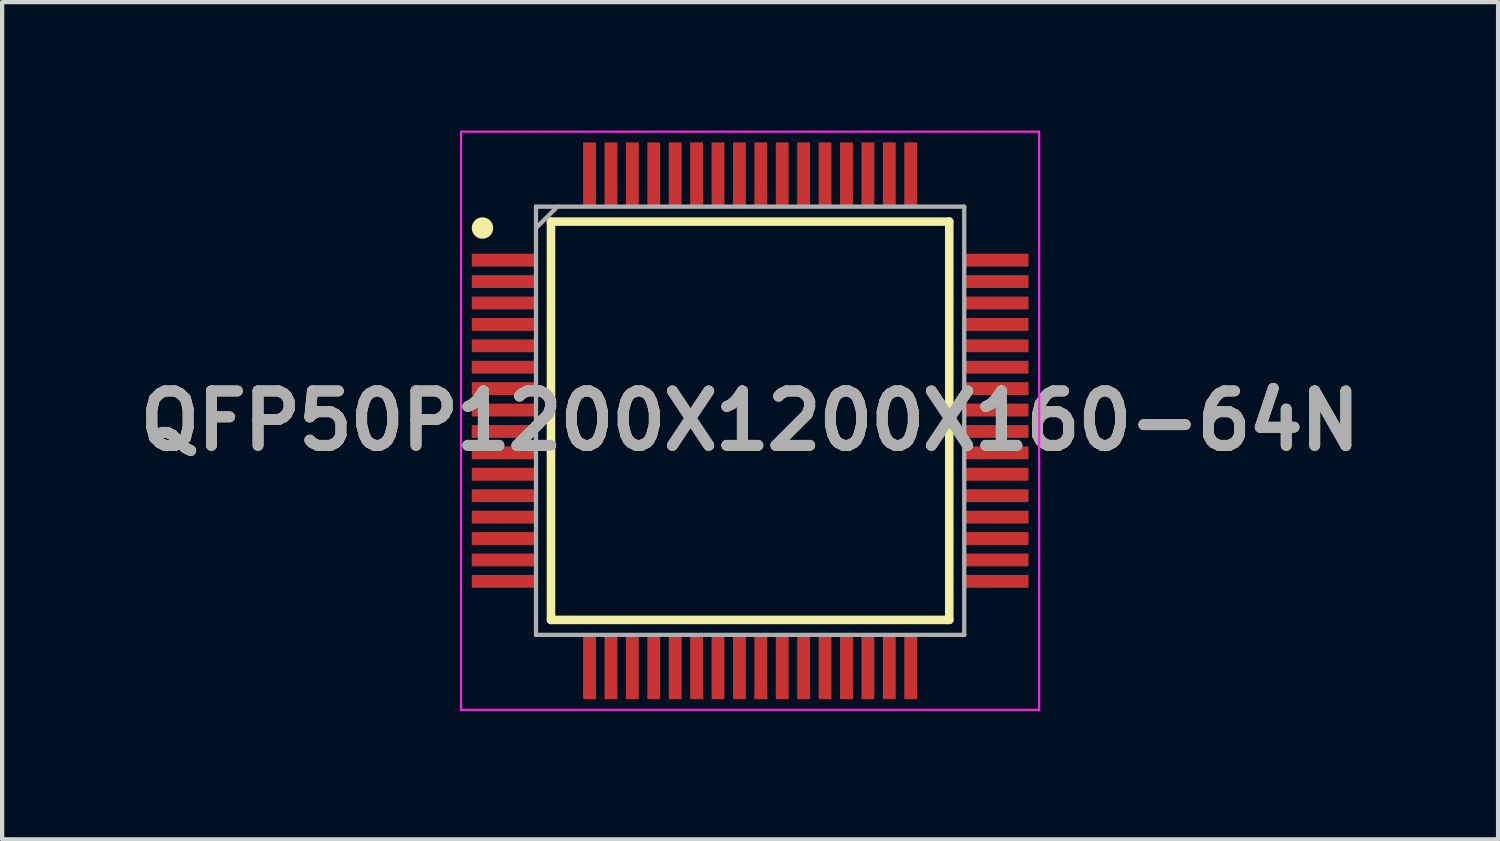
<source format=kicad_pcb>
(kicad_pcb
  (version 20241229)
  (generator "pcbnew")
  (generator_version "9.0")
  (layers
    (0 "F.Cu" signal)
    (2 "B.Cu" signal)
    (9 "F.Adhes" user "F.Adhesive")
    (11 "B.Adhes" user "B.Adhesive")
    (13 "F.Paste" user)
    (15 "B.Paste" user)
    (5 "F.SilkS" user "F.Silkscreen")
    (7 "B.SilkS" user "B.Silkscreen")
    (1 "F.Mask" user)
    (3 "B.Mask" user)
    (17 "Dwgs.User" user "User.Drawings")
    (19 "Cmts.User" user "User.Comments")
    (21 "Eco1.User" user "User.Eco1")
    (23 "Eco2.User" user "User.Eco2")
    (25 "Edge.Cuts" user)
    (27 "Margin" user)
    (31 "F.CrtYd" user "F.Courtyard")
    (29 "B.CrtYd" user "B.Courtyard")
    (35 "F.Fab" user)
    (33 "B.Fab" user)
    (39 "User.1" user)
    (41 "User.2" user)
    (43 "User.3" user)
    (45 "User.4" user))
  (footprint "QFP50P1200X1200X160-64N"
    (layer "F.Cu")
    (at 14.466 6.775)
    (property "Reference" "QFP50P1200X1200X160-64N" (at 0 0 0) (layer "F.SilkS") (effects (font (size 1.27 1.27) (thickness 0.254))))
    (attr smd)
    (fp_line (start -4.65 -4.65) (end 4.65 -4.65) (stroke (width 0.2) (type solid)) (layer "F.SilkS"))
    (fp_line (start -4.65 4.65) (end -4.65 -4.65) (stroke (width 0.2) (type solid)) (layer "F.SilkS"))
    (fp_line (start 4.65 -4.65) (end 4.65 4.65) (stroke (width 0.2) (type solid)) (layer "F.SilkS"))
    (fp_line (start 4.65 4.65) (end -4.65 4.65) (stroke (width 0.2) (type solid)) (layer "F.SilkS"))
    (fp_circle (center -6.25 -4.5) (end -6.25 -4.375) (stroke (width 0.25) (type solid)) (fill no) (layer "F.SilkS"))
    (fp_line (start -6.75 -6.75) (end 6.75 -6.75) (stroke (width 0.05) (type solid)) (layer "F.CrtYd"))
    (fp_line (start -6.75 6.75) (end -6.75 -6.75) (stroke (width 0.05) (type solid)) (layer "F.CrtYd"))
    (fp_line (start 6.75 -6.75) (end 6.75 6.75) (stroke (width 0.05) (type solid)) (layer "F.CrtYd"))
    (fp_line (start 6.75 6.75) (end -6.75 6.75) (stroke (width 0.05) (type solid)) (layer "F.CrtYd"))
    (fp_line (start -5 -5) (end 5 -5) (stroke (width 0.1) (type solid)) (layer "F.Fab"))
    (fp_line (start -5 -4.5) (end -4.5 -5) (stroke (width 0.1) (type solid)) (layer "F.Fab"))
    (fp_line (start -5 5) (end -5 -5) (stroke (width 0.1) (type solid)) (layer "F.Fab"))
    (fp_line (start 5 -5) (end 5 5) (stroke (width 0.1) (type solid)) (layer "F.Fab"))
    (fp_line (start 5 5) (end -5 5) (stroke (width 0.1) (type solid)) (layer "F.Fab"))
    (fp_text user "${REFERENCE}" (at 0 0 0) (layer "F.Fab") (effects (font (size 1.27 1.27) (thickness 0.254))))
    (pad "1" smd rect (at -5.75 -3.75 90) (size 0.3 1.5) (layers "F.Cu" "F.Mask" "F.Paste"))
    (pad "2" smd rect (at -5.75 -3.25 90) (size 0.3 1.5) (layers "F.Cu" "F.Mask" "F.Paste"))
    (pad "3" smd rect (at -5.75 -2.75 90) (size 0.3 1.5) (layers "F.Cu" "F.Mask" "F.Paste"))
    (pad "4" smd rect (at -5.75 -2.25 90) (size 0.3 1.5) (layers "F.Cu" "F.Mask" "F.Paste"))
    (pad "5" smd rect (at -5.75 -1.75 90) (size 0.3 1.5) (layers "F.Cu" "F.Mask" "F.Paste"))
    (pad "6" smd rect (at -5.75 -1.25 90) (size 0.3 1.5) (layers "F.Cu" "F.Mask" "F.Paste"))
    (pad "7" smd rect (at -5.75 -0.75 90) (size 0.3 1.5) (layers "F.Cu" "F.Mask" "F.Paste"))
    (pad "8" smd rect (at -5.75 -0.25 90) (size 0.3 1.5) (layers "F.Cu" "F.Mask" "F.Paste"))
    (pad "9" smd rect (at -5.75 0.25 90) (size 0.3 1.5) (layers "F.Cu" "F.Mask" "F.Paste"))
    (pad "10" smd rect (at -5.75 0.75 90) (size 0.3 1.5) (layers "F.Cu" "F.Mask" "F.Paste"))
    (pad "11" smd rect (at -5.75 1.25 90) (size 0.3 1.5) (layers "F.Cu" "F.Mask" "F.Paste"))
    (pad "12" smd rect (at -5.75 1.75 90) (size 0.3 1.5) (layers "F.Cu" "F.Mask" "F.Paste"))
    (pad "13" smd rect (at -5.75 2.25 90) (size 0.3 1.5) (layers "F.Cu" "F.Mask" "F.Paste"))
    (pad "14" smd rect (at -5.75 2.75 90) (size 0.3 1.5) (layers "F.Cu" "F.Mask" "F.Paste"))
    (pad "15" smd rect (at -5.75 3.25 90) (size 0.3 1.5) (layers "F.Cu" "F.Mask" "F.Paste"))
    (pad "16" smd rect (at -5.75 3.75 90) (size 0.3 1.5) (layers "F.Cu" "F.Mask" "F.Paste"))
    (pad "17" smd rect (at -3.75 5.75) (size 0.3 1.5) (layers "F.Cu" "F.Mask" "F.Paste"))
    (pad "18" smd rect (at -3.25 5.75) (size 0.3 1.5) (layers "F.Cu" "F.Mask" "F.Paste"))
    (pad "19" smd rect (at -2.75 5.75) (size 0.3 1.5) (layers "F.Cu" "F.Mask" "F.Paste"))
    (pad "20" smd rect (at -2.25 5.75) (size 0.3 1.5) (layers "F.Cu" "F.Mask" "F.Paste"))
    (pad "21" smd rect (at -1.75 5.75) (size 0.3 1.5) (layers "F.Cu" "F.Mask" "F.Paste"))
    (pad "22" smd rect (at -1.25 5.75) (size 0.3 1.5) (layers "F.Cu" "F.Mask" "F.Paste"))
    (pad "23" smd rect (at -0.75 5.75) (size 0.3 1.5) (layers "F.Cu" "F.Mask" "F.Paste"))
    (pad "24" smd rect (at -0.25 5.75) (size 0.3 1.5) (layers "F.Cu" "F.Mask" "F.Paste"))
    (pad "25" smd rect (at 0.25 5.75) (size 0.3 1.5) (layers "F.Cu" "F.Mask" "F.Paste"))
    (pad "26" smd rect (at 0.75 5.75) (size 0.3 1.5) (layers "F.Cu" "F.Mask" "F.Paste"))
    (pad "27" smd rect (at 1.25 5.75) (size 0.3 1.5) (layers "F.Cu" "F.Mask" "F.Paste"))
    (pad "28" smd rect (at 1.75 5.75) (size 0.3 1.5) (layers "F.Cu" "F.Mask" "F.Paste"))
    (pad "29" smd rect (at 2.25 5.75) (size 0.3 1.5) (layers "F.Cu" "F.Mask" "F.Paste"))
    (pad "30" smd rect (at 2.75 5.75) (size 0.3 1.5) (layers "F.Cu" "F.Mask" "F.Paste"))
    (pad "31" smd rect (at 3.25 5.75) (size 0.3 1.5) (layers "F.Cu" "F.Mask" "F.Paste"))
    (pad "32" smd rect (at 3.75 5.75) (size 0.3 1.5) (layers "F.Cu" "F.Mask" "F.Paste"))
    (pad "33" smd rect (at 5.75 3.75 90) (size 0.3 1.5) (layers "F.Cu" "F.Mask" "F.Paste"))
    (pad "34" smd rect (at 5.75 3.25 90) (size 0.3 1.5) (layers "F.Cu" "F.Mask" "F.Paste"))
    (pad "35" smd rect (at 5.75 2.75 90) (size 0.3 1.5) (layers "F.Cu" "F.Mask" "F.Paste"))
    (pad "36" smd rect (at 5.75 2.25 90) (size 0.3 1.5) (layers "F.Cu" "F.Mask" "F.Paste"))
    (pad "37" smd rect (at 5.75 1.75 90) (size 0.3 1.5) (layers "F.Cu" "F.Mask" "F.Paste"))
    (pad "38" smd rect (at 5.75 1.25 90) (size 0.3 1.5) (layers "F.Cu" "F.Mask" "F.Paste"))
    (pad "39" smd rect (at 5.75 0.75 90) (size 0.3 1.5) (layers "F.Cu" "F.Mask" "F.Paste"))
    (pad "40" smd rect (at 5.75 0.25 90) (size 0.3 1.5) (layers "F.Cu" "F.Mask" "F.Paste"))
    (pad "41" smd rect (at 5.75 -0.25 90) (size 0.3 1.5) (layers "F.Cu" "F.Mask" "F.Paste"))
    (pad "42" smd rect (at 5.75 -0.75 90) (size 0.3 1.5) (layers "F.Cu" "F.Mask" "F.Paste"))
    (pad "43" smd rect (at 5.75 -1.25 90) (size 0.3 1.5) (layers "F.Cu" "F.Mask" "F.Paste"))
    (pad "44" smd rect (at 5.75 -1.75 90) (size 0.3 1.5) (layers "F.Cu" "F.Mask" "F.Paste"))
    (pad "45" smd rect (at 5.75 -2.25 90) (size 0.3 1.5) (layers "F.Cu" "F.Mask" "F.Paste"))
    (pad "46" smd rect (at 5.75 -2.75 90) (size 0.3 1.5) (layers "F.Cu" "F.Mask" "F.Paste"))
    (pad "47" smd rect (at 5.75 -3.25 90) (size 0.3 1.5) (layers "F.Cu" "F.Mask" "F.Paste"))
    (pad "48" smd rect (at 5.75 -3.75 90) (size 0.3 1.5) (layers "F.Cu" "F.Mask" "F.Paste"))
    (pad "49" smd rect (at 3.75 -5.75) (size 0.3 1.5) (layers "F.Cu" "F.Mask" "F.Paste"))
    (pad "50" smd rect (at 3.25 -5.75) (size 0.3 1.5) (layers "F.Cu" "F.Mask" "F.Paste"))
    (pad "51" smd rect (at 2.75 -5.75) (size 0.3 1.5) (layers "F.Cu" "F.Mask" "F.Paste"))
    (pad "52" smd rect (at 2.25 -5.75) (size 0.3 1.5) (layers "F.Cu" "F.Mask" "F.Paste"))
    (pad "53" smd rect (at 1.75 -5.75) (size 0.3 1.5) (layers "F.Cu" "F.Mask" "F.Paste"))
    (pad "54" smd rect (at 1.25 -5.75) (size 0.3 1.5) (layers "F.Cu" "F.Mask" "F.Paste"))
    (pad "55" smd rect (at 0.75 -5.75) (size 0.3 1.5) (layers "F.Cu" "F.Mask" "F.Paste"))
    (pad "56" smd rect (at 0.25 -5.75) (size 0.3 1.5) (layers "F.Cu" "F.Mask" "F.Paste"))
    (pad "57" smd rect (at -0.25 -5.75) (size 0.3 1.5) (layers "F.Cu" "F.Mask" "F.Paste"))
    (pad "58" smd rect (at -0.75 -5.75) (size 0.3 1.5) (layers "F.Cu" "F.Mask" "F.Paste"))
    (pad "59" smd rect (at -1.25 -5.75) (size 0.3 1.5) (layers "F.Cu" "F.Mask" "F.Paste"))
    (pad "60" smd rect (at -1.75 -5.75) (size 0.3 1.5) (layers "F.Cu" "F.Mask" "F.Paste"))
    (pad "61" smd rect (at -2.25 -5.75) (size 0.3 1.5) (layers "F.Cu" "F.Mask" "F.Paste"))
    (pad "62" smd rect (at -2.75 -5.75) (size 0.3 1.5) (layers "F.Cu" "F.Mask" "F.Paste"))
    (pad "63" smd rect (at -3.25 -5.75) (size 0.3 1.5) (layers "F.Cu" "F.Mask" "F.Paste"))
    (pad "64" smd rect (at -3.75 -5.75) (size 0.3 1.5) (layers "F.Cu" "F.Mask" "F.Paste")))
  (gr_rect
    (start -3 -3)
    (end 31.932 16.55)
    (stroke (width 0.1) (type default))
    (fill no)
    (layer "Edge.Cuts")))
</source>
